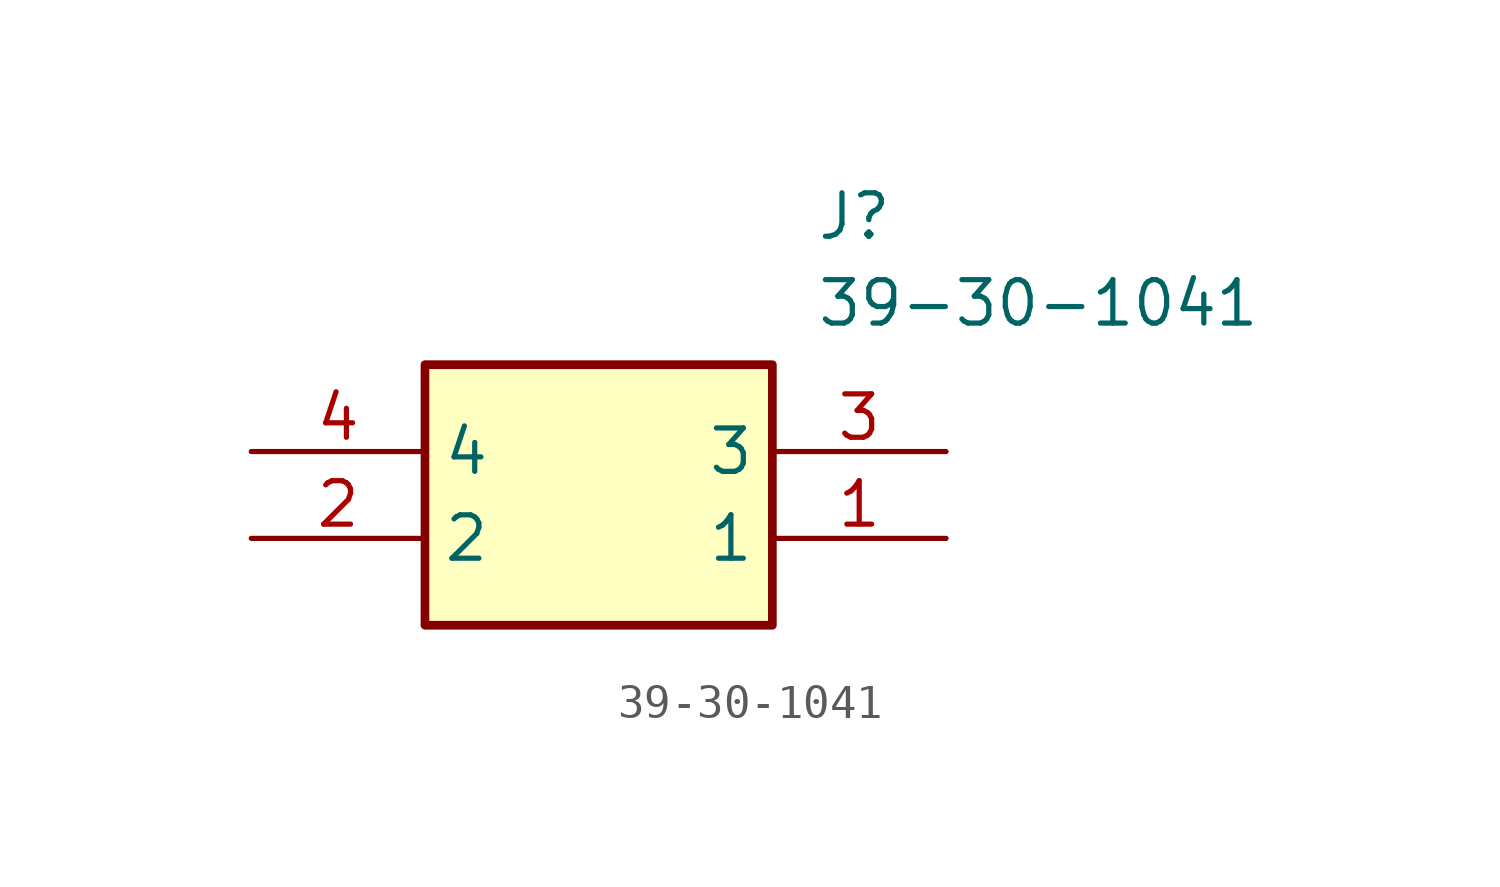
<source format=kicad_sym>
(kicad_symbol_lib
  (version 20211014)
  (generator SamacSys_ECAD_Model)
  (symbol "39-30-1041"
    (property "Reference" "J"
      (at 16.51 7.62 0)
      (effects (font (size 1.27 1.27)) (justify left top)))
    (property "Value" "39-30-1041"
      (at 16.51 5.08 0)
      (effects (font (size 1.27 1.27)) (justify left top)))
    (rectangle
      (start 5.08 2.54)
      (end 15.24 -5.08)
      (stroke (width 0.254) (type default))
      (fill (type background)))
    (pin passive line
      (at 20.32 -2.54 180)
      (length 5.08)
      (name "1" (effects (font (size 1.27 1.27))))
      (number "1" (effects (font (size 1.27 1.27)))))
    (pin passive line
      (at 0 -2.54 0)
      (length 5.08)
      (name "2" (effects (font (size 1.27 1.27))))
      (number "2" (effects (font (size 1.27 1.27)))))
    (pin passive line
      (at 20.32 0 180)
      (length 5.08)
      (name "3" (effects (font (size 1.27 1.27))))
      (number "3" (effects (font (size 1.27 1.27)))))
    (pin passive line
      (at 0 0 0)
      (length 5.08)
      (name "4" (effects (font (size 1.27 1.27))))
      (number "4" (effects (font (size 1.27 1.27)))))))
</source>
